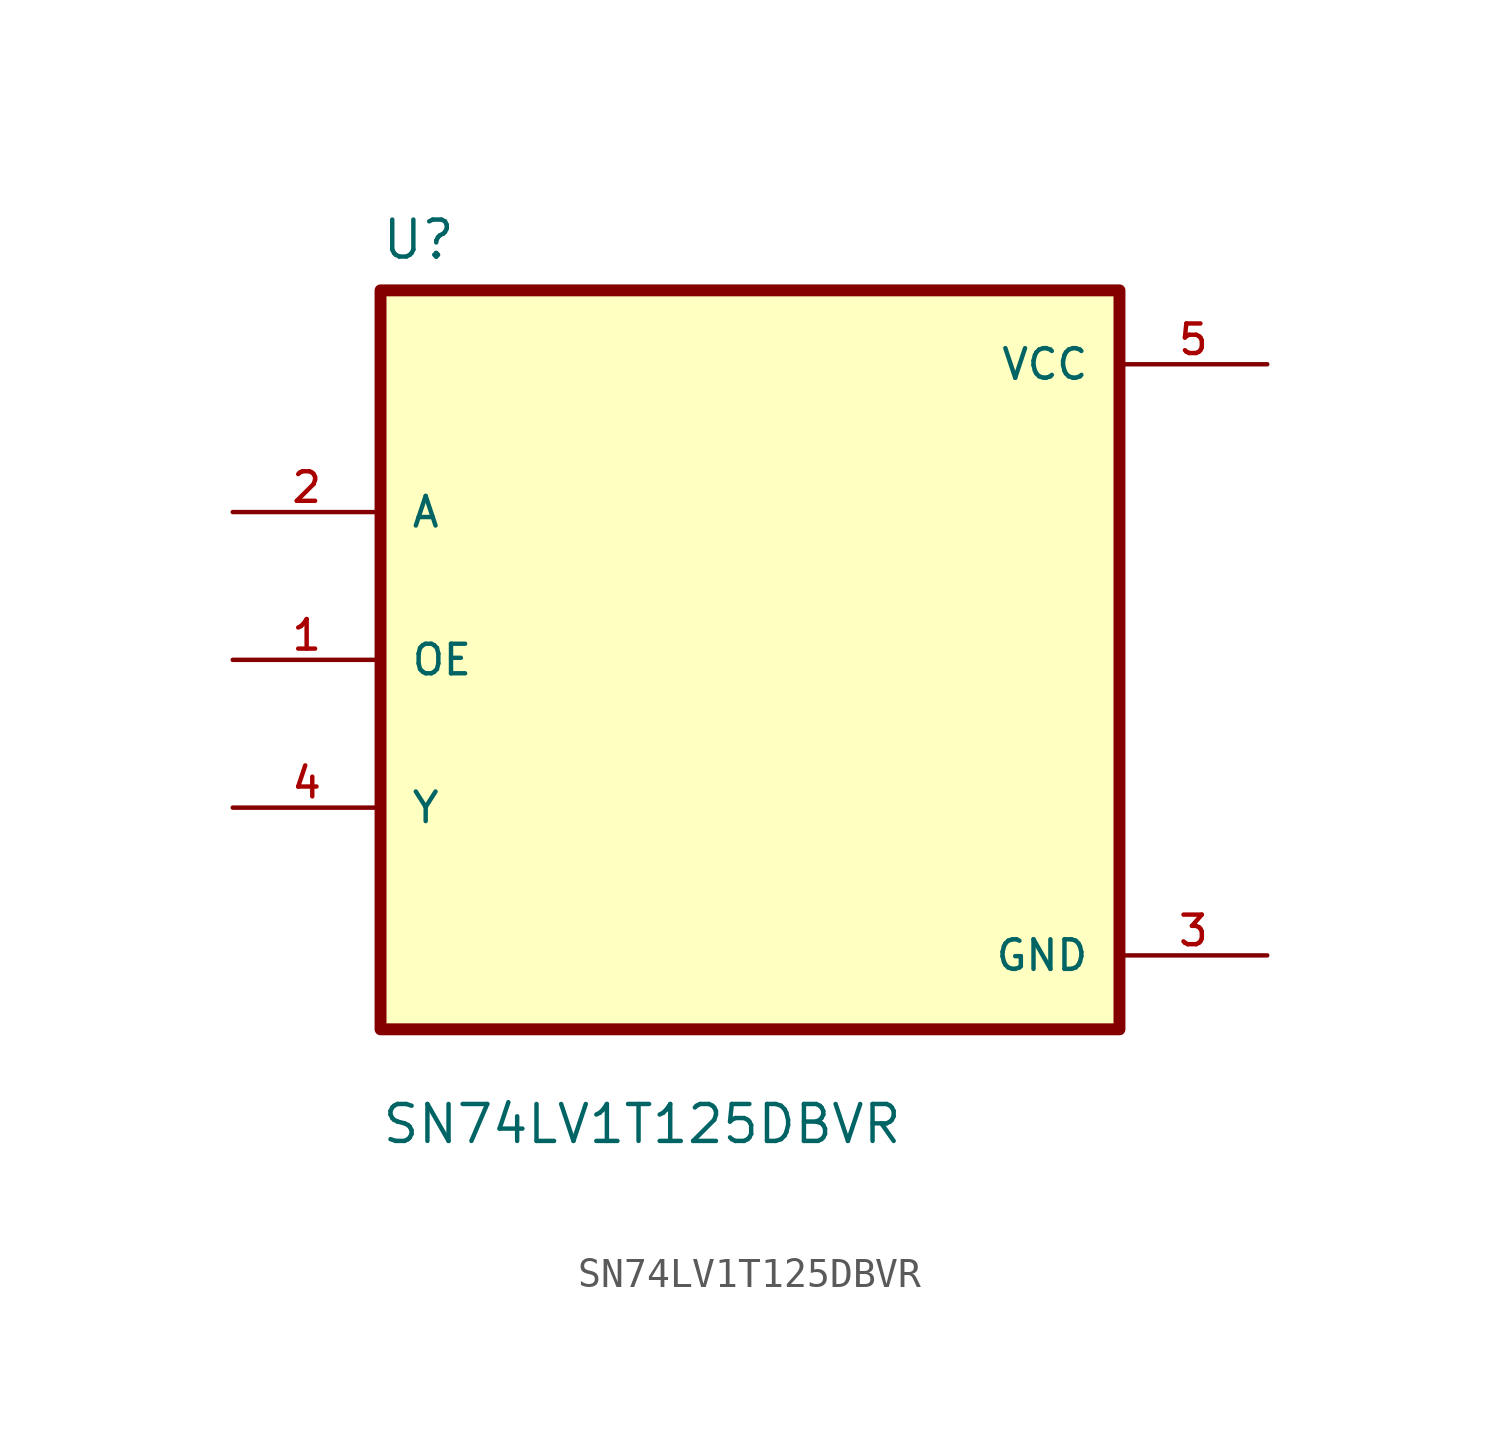
<source format=kicad_sym>
(kicad_symbol_lib
  (version 20211014)
  (generator kicad_symbol_editor)
  (symbol "SN74LV1T125DBVR"
    (pin_names
      (offset 1.016))
    (property "Reference" "U"
      (at -12.7 13.7 0.0)
      (effects (font (size 1.27 1.27)) (justify bottom left)))
    (property "Value" "SN74LV1T125DBVR"
      (at -12.7 -16.7 0.0)
      (effects (font (size 1.27 1.27)) (justify bottom left)))
    (symbol "SN74LV1T125DBVR_0_0"
      (rectangle (start -12.7 -12.7) (end 12.7 12.7) (stroke (width 0.41)) (fill (type background)))
      (pin bidirectional line (at -17.78 5.08 0) (length 5.08) (name "A" (effects (font (size 1.016 1.016)))) (number "2" (effects (font (size 1.016 1.016)))))
      (pin bidirectional line (at -17.78 -8.88178e-16 0) (length 5.08) (name "OE" (effects (font (size 1.016 1.016)))) (number "1" (effects (font (size 1.016 1.016)))))
      (pin bidirectional line (at -17.78 -5.08 0) (length 5.08) (name "Y" (effects (font (size 1.016 1.016)))) (number "4" (effects (font (size 1.016 1.016)))))
      (pin power_in line (at 17.78 10.16 180.0) (length 5.08) (name "VCC" (effects (font (size 1.016 1.016)))) (number "5" (effects (font (size 1.016 1.016)))))
      (pin power_in line (at 17.78 -10.16 180.0) (length 5.08) (name "GND" (effects (font (size 1.016 1.016)))) (number "3" (effects (font (size 1.016 1.016))))))))
</source>
